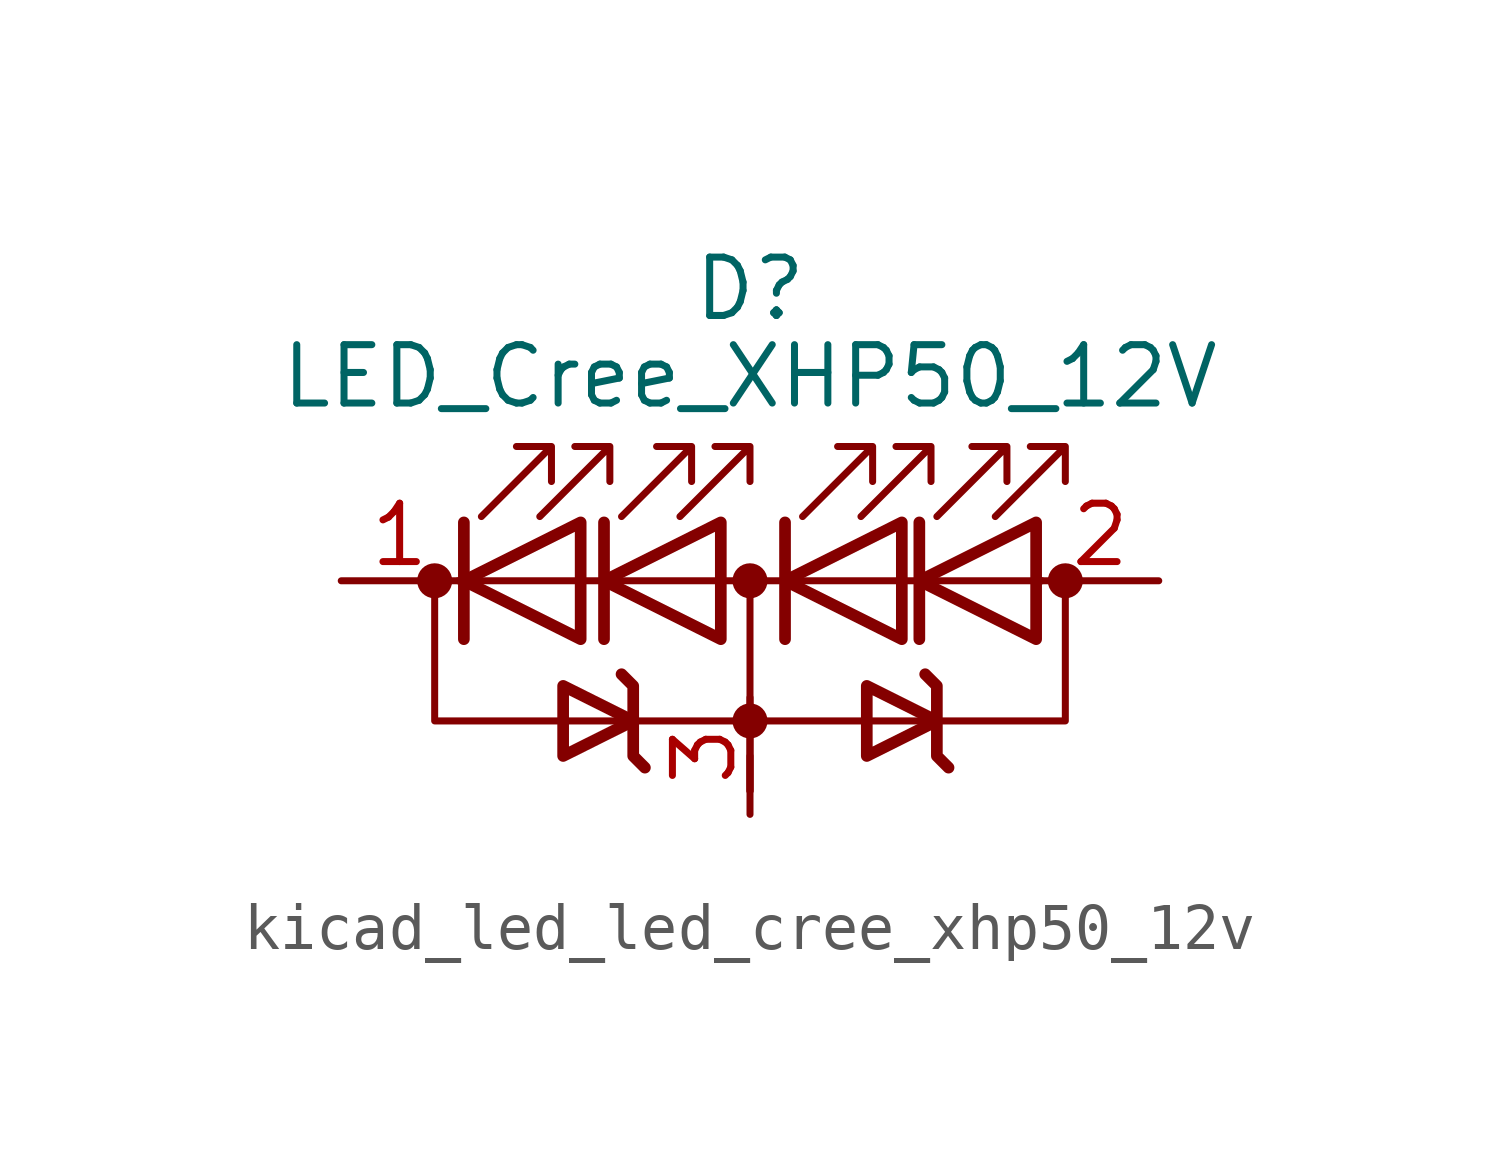
<source format=kicad_sym>
(kicad_symbol_lib
  (version 20220914)
  (generator kicad_symbol_editor)
  (symbol "kicad_led_led_cree_xhp50_12v"
    (pin_names
      (offset 1.016) hide)
    (property "Reference" "D"
      (at 0 6.35 0)
      (effects (font (size 1.27 1.27))))
    (property "Value" "LED_Cree_XHP50_12V"
      (at 0 4.445 0)
      (effects (font (size 1.27 1.27))))
    (symbol "kicad_led_led_cree_xhp50_12v_0_1"
      (circle (center -6.858 0) (radius 0.254) (stroke (width 0.254) (type default)) (fill (type outline)))
      (circle (center 0 -3.048) (radius 0.254) (stroke (width 0.254) (type default)) (fill (type outline)))
      (polyline (pts (xy -6.35 0) (xy 6.35 0)) (stroke (width 0) (type default)) (fill (type none)))
      (polyline (pts (xy -6.223 -1.27) (xy -6.223 1.27)) (stroke (width 0.254) (type default)) (fill (type none)))
      (polyline (pts (xy -3.175 -1.27) (xy -3.175 1.27)) (stroke (width 0.254) (type default)) (fill (type none)))
      (polyline (pts (xy 0 -3.81) (xy 0 -4.572)) (stroke (width 0) (type default)) (fill (type none)))
      (polyline (pts (xy 0 0) (xy 0 -4.572)) (stroke (width 0) (type default)) (fill (type none)))
      (polyline (pts (xy 0.762 -1.27) (xy 0.762 1.27)) (stroke (width 0.254) (type default)) (fill (type none)))
      (polyline (pts (xy 3.683 -1.27) (xy 3.683 1.27)) (stroke (width 0.254) (type default)) (fill (type none)))
      (polyline (pts (xy -6.858 0) (xy -6.858 -3.048) (xy 6.858 -3.048) (xy 6.858 0)) (stroke (width 0) (type default)) (fill (type none)))
      (polyline (pts (xy -3.683 -1.27) (xy -3.683 1.27) (xy -6.223 0) (xy -3.683 -1.27)) (stroke (width 0.254) (type default)) (fill (type none)))
      (polyline (pts (xy -2.286 -4.064) (xy -2.54 -3.81) (xy -2.54 -2.286) (xy -2.794 -2.032)) (stroke (width 0.254) (type default)) (fill (type none)))
      (polyline (pts (xy -0.635 -1.27) (xy -0.635 1.27) (xy -3.175 0) (xy -0.635 -1.27)) (stroke (width 0.254) (type default)) (fill (type none)))
      (polyline (pts (xy 3.302 -1.27) (xy 3.302 1.27) (xy 0.762 0) (xy 3.302 -1.27)) (stroke (width 0.254) (type default)) (fill (type none)))
      (polyline (pts (xy 4.318 -4.064) (xy 4.064 -3.81) (xy 4.064 -2.286) (xy 3.81 -2.032)) (stroke (width 0.254) (type default)) (fill (type none)))
      (polyline (pts (xy 6.223 -1.27) (xy 6.223 1.27) (xy 3.683 0) (xy 6.223 -1.27)) (stroke (width 0.254) (type default)) (fill (type none)))
      (polyline (pts (xy -5.842 1.397) (xy -4.318 2.921) (xy -5.08 2.921) (xy -4.318 2.921) (xy -4.318 2.159)) (stroke (width 0) (type default)) (fill (type none)))
      (polyline (pts (xy -4.572 1.397) (xy -3.048 2.921) (xy -3.81 2.921) (xy -3.048 2.921) (xy -3.048 2.159)) (stroke (width 0) (type default)) (fill (type none)))
      (polyline (pts (xy -4.064 -3.81) (xy -4.064 -2.286) (xy -2.54 -3.048) (xy -4.064 -3.81) (xy -4.064 -3.556)) (stroke (width 0.254) (type default)) (fill (type none)))
      (polyline (pts (xy -2.794 1.397) (xy -1.27 2.921) (xy -2.032 2.921) (xy -1.27 2.921) (xy -1.27 2.159)) (stroke (width 0) (type default)) (fill (type none)))
      (polyline (pts (xy -1.524 1.397) (xy 0 2.921) (xy -0.762 2.921) (xy 0 2.921) (xy 0 2.159)) (stroke (width 0) (type default)) (fill (type none)))
      (polyline (pts (xy 1.143 1.397) (xy 2.667 2.921) (xy 1.905 2.921) (xy 2.667 2.921) (xy 2.667 2.159)) (stroke (width 0) (type default)) (fill (type none)))
      (polyline (pts (xy 2.413 1.397) (xy 3.937 2.921) (xy 3.175 2.921) (xy 3.937 2.921) (xy 3.937 2.159)) (stroke (width 0) (type default)) (fill (type none)))
      (polyline (pts (xy 2.54 -3.81) (xy 2.54 -2.286) (xy 4.064 -3.048) (xy 2.54 -3.81) (xy 2.54 -3.556)) (stroke (width 0.254) (type default)) (fill (type none)))
      (polyline (pts (xy 4.064 1.397) (xy 5.588 2.921) (xy 4.826 2.921) (xy 5.588 2.921) (xy 5.588 2.159)) (stroke (width 0) (type default)) (fill (type none)))
      (polyline (pts (xy 5.334 1.397) (xy 6.858 2.921) (xy 6.096 2.921) (xy 6.858 2.921) (xy 6.858 2.159)) (stroke (width 0) (type default)) (fill (type none)))
      (circle (center 0 0) (radius 0.254) (stroke (width 0.254) (type default)) (fill (type outline)))
      (circle (center 6.858 0) (radius 0.254) (stroke (width 0.254) (type default)) (fill (type outline))))
    (symbol "kicad_led_led_cree_xhp50_12v_1_1"
      (pin passive line (at -8.89 0 0) (length 2.54) (name "K" (effects (font (size 1.27 1.27)))) (number "1" (effects (font (size 1.27 1.27)))))
      (pin passive line (at 8.89 0 180) (length 2.54) (name "A" (effects (font (size 1.27 1.27)))) (number "2" (effects (font (size 1.27 1.27)))))
      (pin passive line (at 0 -5.08 90) (length 2.54) (name "PAD" (effects (font (size 1.27 1.27)))) (number "3" (effects (font (size 1.27 1.27))))))))
</source>
